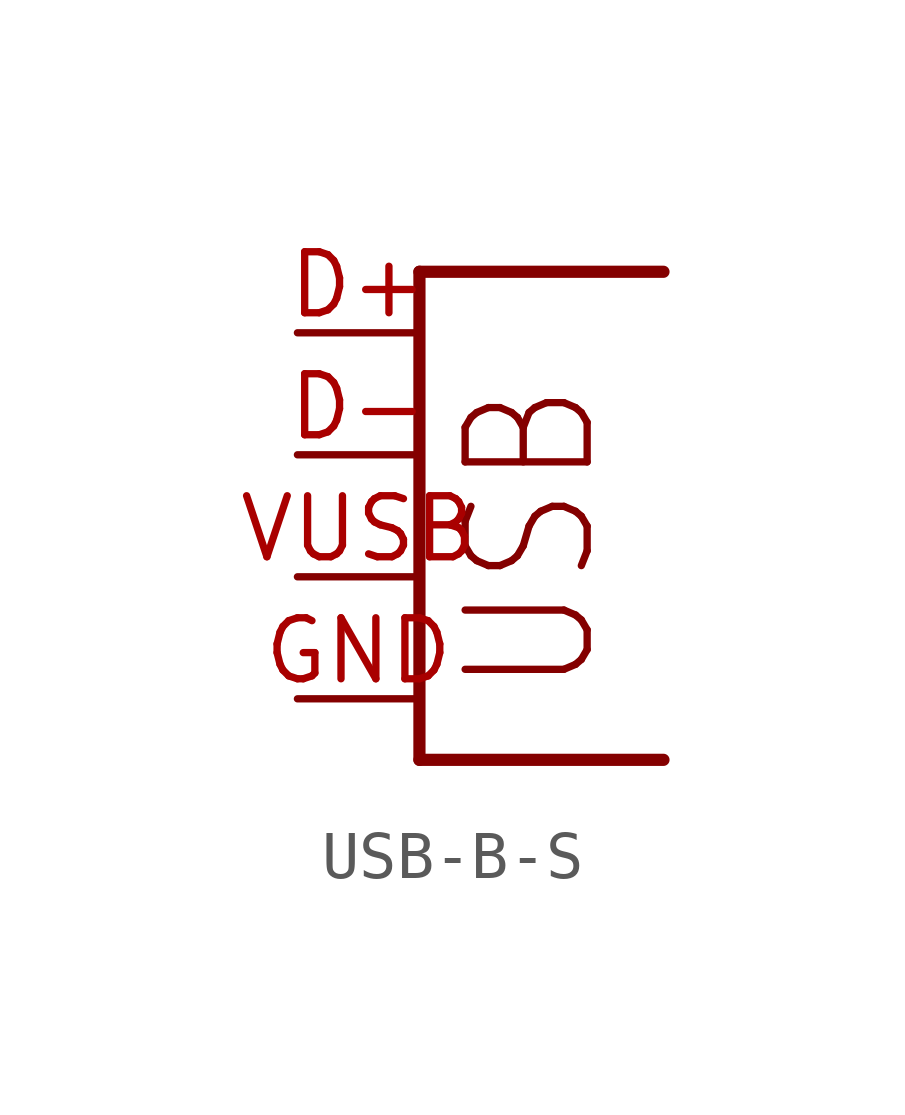
<source format=kicad_sym>
(kicad_symbol_lib
  (version 20231120)
  (generator "kicad_symbol_editor")
  (generator_version "8.0")
  (symbol "USB-B-S"
    (property "Reference" "JP"
      (at 0 0 0)
      (effects (font (size 1.27 1.27)) (hide yes)))
    (property "ki_locked" ""
      (at 0 0 0)
      (effects (font (size 1.27 1.27))))
    (symbol "USB-B-S_1_0"
      (polyline (pts (xy 0 -1.27) (xy 5.08 -1.27)) (stroke (width 0.254) (type solid)) (fill (type none)))
      (polyline (pts (xy 0 8.89) (xy 0 -1.27)) (stroke (width 0.254) (type solid)) (fill (type none)))
      (polyline (pts (xy 5.08 8.89) (xy 0 8.89)) (stroke (width 0.254) (type solid)) (fill (type none)))
      (text "USB" (at 3.81 0 900) (effects (font (size 2.54 2.159)) (justify left bottom)))
      (pin bidirectional line (at -2.54 7.62 0) (length 2.54) (name "D+" (effects (font (size 0 0)))) (number "D+" (effects (font (size 1.27 1.27)))))
      (pin bidirectional line (at -2.54 5.08 0) (length 2.54) (name "D-" (effects (font (size 0 0)))) (number "D-" (effects (font (size 1.27 1.27)))))
      (pin bidirectional line (at -2.54 0 0) (length 2.54) (name "GND" (effects (font (size 0 0)))) (number "GND" (effects (font (size 1.27 1.27)))))
      (pin bidirectional line (at -2.54 2.54 0) (length 2.54) (name "VBUS" (effects (font (size 0 0)))) (number "VUSB" (effects (font (size 1.27 1.27))))))))
</source>
